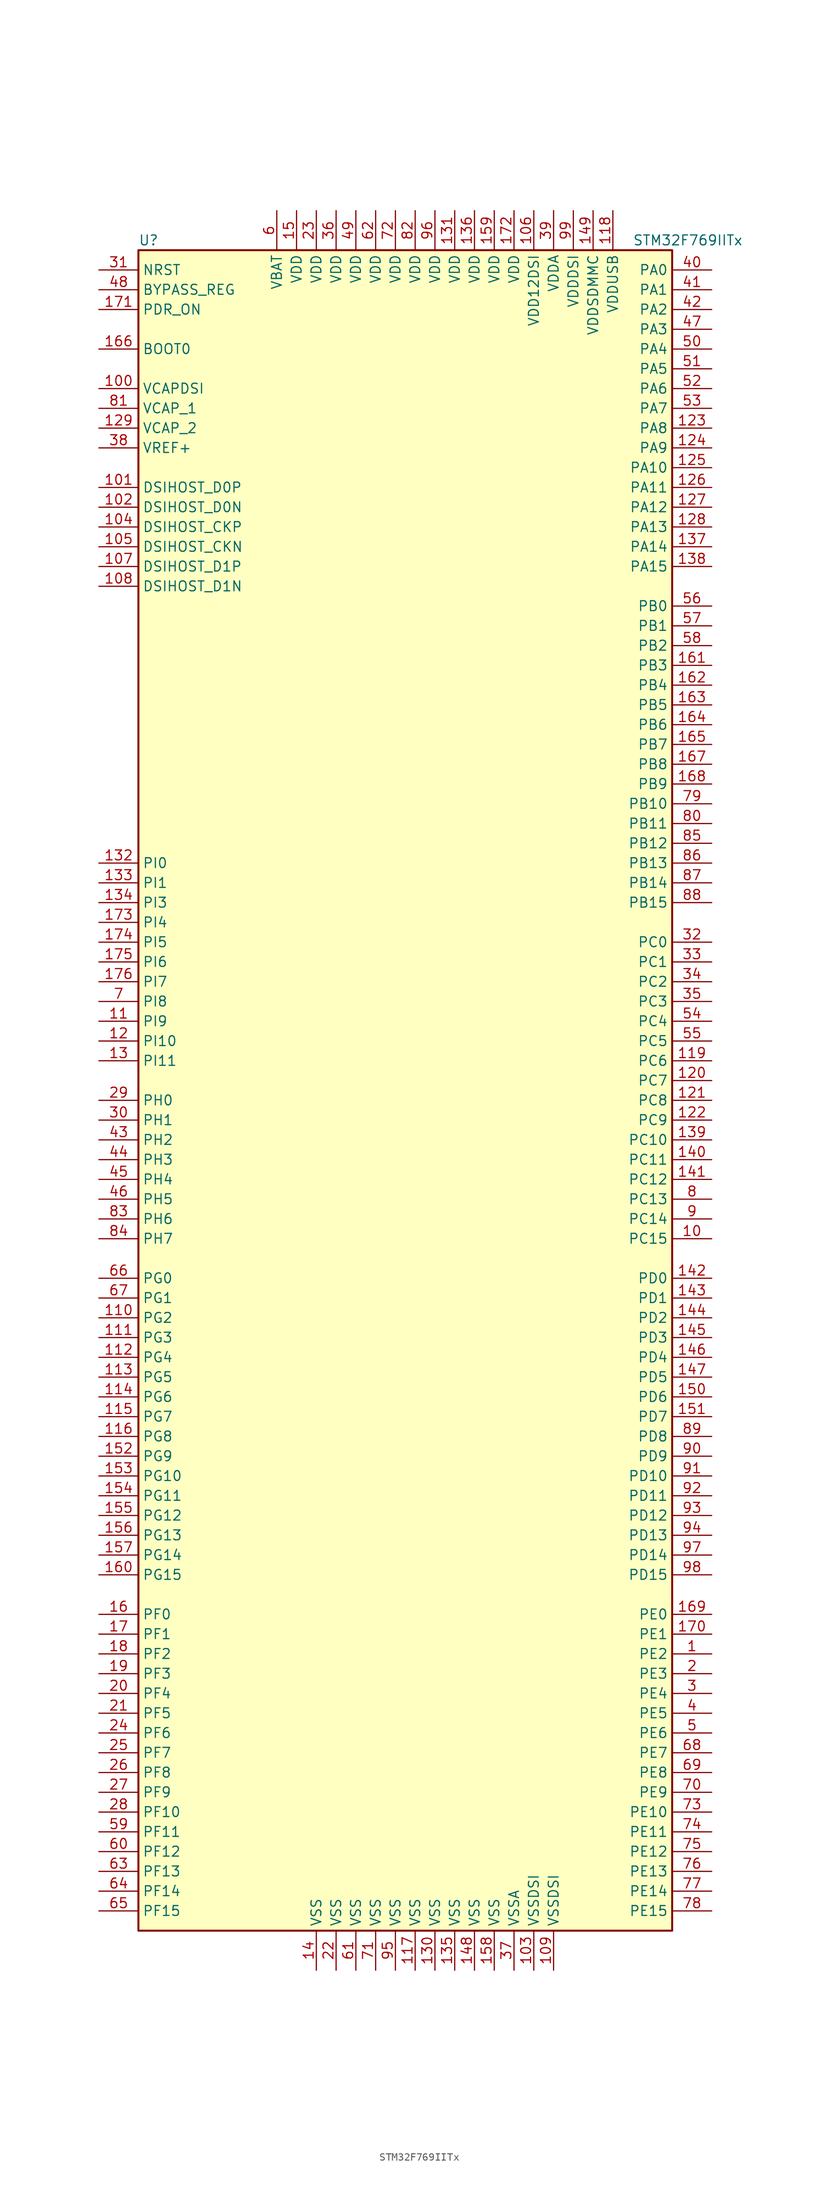
<source format=kicad_sym>
(kicad_symbol_lib
  (version 20211014)
  (generator kicad_symbol_editor)
  (symbol "STM32F769IITx"
    (property "Reference" "U"
      (at -35.56 107.95 0)
      (effects (font (size 1.27 1.27)) (justify left)))
    (property "Value" "STM32F769IITx"
      (at 27.94 107.95 0)
      (effects (font (size 1.27 1.27)) (justify left)))
    (symbol "STM32F769IITx_0_1"
      (rectangle (start -35.56 -109.22) (end 33.02 106.68) (stroke (width 0.254) (type default) (color 0 0 0 0)) (fill (type background))))
    (symbol "STM32F769IITx_1_1"
      (pin bidirectional line (at 38.1 -73.66 180) (length 5.08) (name "PE2" (effects (font (size 1.27 1.27)))) (number "1" (effects (font (size 1.27 1.27)))))
      (pin bidirectional line (at 38.1 -20.32 180) (length 5.08) (name "PC15" (effects (font (size 1.27 1.27)))) (number "10" (effects (font (size 1.27 1.27)))))
      (pin power_in line (at -40.64 88.9 0) (length 5.08) (name "VCAPDSI" (effects (font (size 1.27 1.27)))) (number "100" (effects (font (size 1.27 1.27)))))
      (pin bidirectional line (at -40.64 76.2 0) (length 5.08) (name "DSIHOST_D0P" (effects (font (size 1.27 1.27)))) (number "101" (effects (font (size 1.27 1.27)))))
      (pin bidirectional line (at -40.64 73.66 0) (length 5.08) (name "DSIHOST_D0N" (effects (font (size 1.27 1.27)))) (number "102" (effects (font (size 1.27 1.27)))))
      (pin power_in line (at 15.24 -114.3 90) (length 5.08) (name "VSSDSI" (effects (font (size 1.27 1.27)))) (number "103" (effects (font (size 1.27 1.27)))))
      (pin bidirectional line (at -40.64 71.12 0) (length 5.08) (name "DSIHOST_CKP" (effects (font (size 1.27 1.27)))) (number "104" (effects (font (size 1.27 1.27)))))
      (pin bidirectional line (at -40.64 68.58 0) (length 5.08) (name "DSIHOST_CKN" (effects (font (size 1.27 1.27)))) (number "105" (effects (font (size 1.27 1.27)))))
      (pin power_in line (at 15.24 111.76 270) (length 5.08) (name "VDD12DSI" (effects (font (size 1.27 1.27)))) (number "106" (effects (font (size 1.27 1.27)))))
      (pin bidirectional line (at -40.64 66.04 0) (length 5.08) (name "DSIHOST_D1P" (effects (font (size 1.27 1.27)))) (number "107" (effects (font (size 1.27 1.27)))))
      (pin bidirectional line (at -40.64 63.5 0) (length 5.08) (name "DSIHOST_D1N" (effects (font (size 1.27 1.27)))) (number "108" (effects (font (size 1.27 1.27)))))
      (pin power_in line (at 17.78 -114.3 90) (length 5.08) (name "VSSDSI" (effects (font (size 1.27 1.27)))) (number "109" (effects (font (size 1.27 1.27)))))
      (pin bidirectional line (at -40.64 7.62 0) (length 5.08) (name "PI9" (effects (font (size 1.27 1.27)))) (number "11" (effects (font (size 1.27 1.27)))))
      (pin bidirectional line (at -40.64 -30.48 0) (length 5.08) (name "PG2" (effects (font (size 1.27 1.27)))) (number "110" (effects (font (size 1.27 1.27)))))
      (pin bidirectional line (at -40.64 -33.02 0) (length 5.08) (name "PG3" (effects (font (size 1.27 1.27)))) (number "111" (effects (font (size 1.27 1.27)))))
      (pin bidirectional line (at -40.64 -35.56 0) (length 5.08) (name "PG4" (effects (font (size 1.27 1.27)))) (number "112" (effects (font (size 1.27 1.27)))))
      (pin bidirectional line (at -40.64 -38.1 0) (length 5.08) (name "PG5" (effects (font (size 1.27 1.27)))) (number "113" (effects (font (size 1.27 1.27)))))
      (pin bidirectional line (at -40.64 -40.64 0) (length 5.08) (name "PG6" (effects (font (size 1.27 1.27)))) (number "114" (effects (font (size 1.27 1.27)))))
      (pin bidirectional line (at -40.64 -43.18 0) (length 5.08) (name "PG7" (effects (font (size 1.27 1.27)))) (number "115" (effects (font (size 1.27 1.27)))))
      (pin bidirectional line (at -40.64 -45.72 0) (length 5.08) (name "PG8" (effects (font (size 1.27 1.27)))) (number "116" (effects (font (size 1.27 1.27)))))
      (pin power_in line (at 0 -114.3 90) (length 5.08) (name "VSS" (effects (font (size 1.27 1.27)))) (number "117" (effects (font (size 1.27 1.27)))))
      (pin power_in line (at 25.4 111.76 270) (length 5.08) (name "VDDUSB" (effects (font (size 1.27 1.27)))) (number "118" (effects (font (size 1.27 1.27)))))
      (pin bidirectional line (at 38.1 2.54 180) (length 5.08) (name "PC6" (effects (font (size 1.27 1.27)))) (number "119" (effects (font (size 1.27 1.27)))))
      (pin bidirectional line (at -40.64 5.08 0) (length 5.08) (name "PI10" (effects (font (size 1.27 1.27)))) (number "12" (effects (font (size 1.27 1.27)))))
      (pin bidirectional line (at 38.1 0 180) (length 5.08) (name "PC7" (effects (font (size 1.27 1.27)))) (number "120" (effects (font (size 1.27 1.27)))))
      (pin bidirectional line (at 38.1 -2.54 180) (length 5.08) (name "PC8" (effects (font (size 1.27 1.27)))) (number "121" (effects (font (size 1.27 1.27)))))
      (pin bidirectional line (at 38.1 -5.08 180) (length 5.08) (name "PC9" (effects (font (size 1.27 1.27)))) (number "122" (effects (font (size 1.27 1.27)))))
      (pin bidirectional line (at 38.1 83.82 180) (length 5.08) (name "PA8" (effects (font (size 1.27 1.27)))) (number "123" (effects (font (size 1.27 1.27)))))
      (pin bidirectional line (at 38.1 81.28 180) (length 5.08) (name "PA9" (effects (font (size 1.27 1.27)))) (number "124" (effects (font (size 1.27 1.27)))))
      (pin bidirectional line (at 38.1 78.74 180) (length 5.08) (name "PA10" (effects (font (size 1.27 1.27)))) (number "125" (effects (font (size 1.27 1.27)))))
      (pin bidirectional line (at 38.1 76.2 180) (length 5.08) (name "PA11" (effects (font (size 1.27 1.27)))) (number "126" (effects (font (size 1.27 1.27)))))
      (pin bidirectional line (at 38.1 73.66 180) (length 5.08) (name "PA12" (effects (font (size 1.27 1.27)))) (number "127" (effects (font (size 1.27 1.27)))))
      (pin bidirectional line (at 38.1 71.12 180) (length 5.08) (name "PA13" (effects (font (size 1.27 1.27)))) (number "128" (effects (font (size 1.27 1.27)))))
      (pin power_in line (at -40.64 83.82 0) (length 5.08) (name "VCAP_2" (effects (font (size 1.27 1.27)))) (number "129" (effects (font (size 1.27 1.27)))))
      (pin bidirectional line (at -40.64 2.54 0) (length 5.08) (name "PI11" (effects (font (size 1.27 1.27)))) (number "13" (effects (font (size 1.27 1.27)))))
      (pin power_in line (at 2.54 -114.3 90) (length 5.08) (name "VSS" (effects (font (size 1.27 1.27)))) (number "130" (effects (font (size 1.27 1.27)))))
      (pin power_in line (at 5.08 111.76 270) (length 5.08) (name "VDD" (effects (font (size 1.27 1.27)))) (number "131" (effects (font (size 1.27 1.27)))))
      (pin bidirectional line (at -40.64 27.94 0) (length 5.08) (name "PI0" (effects (font (size 1.27 1.27)))) (number "132" (effects (font (size 1.27 1.27)))))
      (pin bidirectional line (at -40.64 25.4 0) (length 5.08) (name "PI1" (effects (font (size 1.27 1.27)))) (number "133" (effects (font (size 1.27 1.27)))))
      (pin bidirectional line (at -40.64 22.86 0) (length 5.08) (name "PI3" (effects (font (size 1.27 1.27)))) (number "134" (effects (font (size 1.27 1.27)))))
      (pin power_in line (at 5.08 -114.3 90) (length 5.08) (name "VSS" (effects (font (size 1.27 1.27)))) (number "135" (effects (font (size 1.27 1.27)))))
      (pin power_in line (at 7.62 111.76 270) (length 5.08) (name "VDD" (effects (font (size 1.27 1.27)))) (number "136" (effects (font (size 1.27 1.27)))))
      (pin bidirectional line (at 38.1 68.58 180) (length 5.08) (name "PA14" (effects (font (size 1.27 1.27)))) (number "137" (effects (font (size 1.27 1.27)))))
      (pin bidirectional line (at 38.1 66.04 180) (length 5.08) (name "PA15" (effects (font (size 1.27 1.27)))) (number "138" (effects (font (size 1.27 1.27)))))
      (pin bidirectional line (at 38.1 -7.62 180) (length 5.08) (name "PC10" (effects (font (size 1.27 1.27)))) (number "139" (effects (font (size 1.27 1.27)))))
      (pin power_in line (at -12.7 -114.3 90) (length 5.08) (name "VSS" (effects (font (size 1.27 1.27)))) (number "14" (effects (font (size 1.27 1.27)))))
      (pin bidirectional line (at 38.1 -10.16 180) (length 5.08) (name "PC11" (effects (font (size 1.27 1.27)))) (number "140" (effects (font (size 1.27 1.27)))))
      (pin bidirectional line (at 38.1 -12.7 180) (length 5.08) (name "PC12" (effects (font (size 1.27 1.27)))) (number "141" (effects (font (size 1.27 1.27)))))
      (pin bidirectional line (at 38.1 -25.4 180) (length 5.08) (name "PD0" (effects (font (size 1.27 1.27)))) (number "142" (effects (font (size 1.27 1.27)))))
      (pin bidirectional line (at 38.1 -27.94 180) (length 5.08) (name "PD1" (effects (font (size 1.27 1.27)))) (number "143" (effects (font (size 1.27 1.27)))))
      (pin bidirectional line (at 38.1 -30.48 180) (length 5.08) (name "PD2" (effects (font (size 1.27 1.27)))) (number "144" (effects (font (size 1.27 1.27)))))
      (pin bidirectional line (at 38.1 -33.02 180) (length 5.08) (name "PD3" (effects (font (size 1.27 1.27)))) (number "145" (effects (font (size 1.27 1.27)))))
      (pin bidirectional line (at 38.1 -35.56 180) (length 5.08) (name "PD4" (effects (font (size 1.27 1.27)))) (number "146" (effects (font (size 1.27 1.27)))))
      (pin bidirectional line (at 38.1 -38.1 180) (length 5.08) (name "PD5" (effects (font (size 1.27 1.27)))) (number "147" (effects (font (size 1.27 1.27)))))
      (pin power_in line (at 7.62 -114.3 90) (length 5.08) (name "VSS" (effects (font (size 1.27 1.27)))) (number "148" (effects (font (size 1.27 1.27)))))
      (pin power_in line (at 22.86 111.76 270) (length 5.08) (name "VDDSDMMC" (effects (font (size 1.27 1.27)))) (number "149" (effects (font (size 1.27 1.27)))))
      (pin power_in line (at -15.24 111.76 270) (length 5.08) (name "VDD" (effects (font (size 1.27 1.27)))) (number "15" (effects (font (size 1.27 1.27)))))
      (pin bidirectional line (at 38.1 -40.64 180) (length 5.08) (name "PD6" (effects (font (size 1.27 1.27)))) (number "150" (effects (font (size 1.27 1.27)))))
      (pin bidirectional line (at 38.1 -43.18 180) (length 5.08) (name "PD7" (effects (font (size 1.27 1.27)))) (number "151" (effects (font (size 1.27 1.27)))))
      (pin bidirectional line (at -40.64 -48.26 0) (length 5.08) (name "PG9" (effects (font (size 1.27 1.27)))) (number "152" (effects (font (size 1.27 1.27)))))
      (pin bidirectional line (at -40.64 -50.8 0) (length 5.08) (name "PG10" (effects (font (size 1.27 1.27)))) (number "153" (effects (font (size 1.27 1.27)))))
      (pin bidirectional line (at -40.64 -53.34 0) (length 5.08) (name "PG11" (effects (font (size 1.27 1.27)))) (number "154" (effects (font (size 1.27 1.27)))))
      (pin bidirectional line (at -40.64 -55.88 0) (length 5.08) (name "PG12" (effects (font (size 1.27 1.27)))) (number "155" (effects (font (size 1.27 1.27)))))
      (pin bidirectional line (at -40.64 -58.42 0) (length 5.08) (name "PG13" (effects (font (size 1.27 1.27)))) (number "156" (effects (font (size 1.27 1.27)))))
      (pin bidirectional line (at -40.64 -60.96 0) (length 5.08) (name "PG14" (effects (font (size 1.27 1.27)))) (number "157" (effects (font (size 1.27 1.27)))))
      (pin power_in line (at 10.16 -114.3 90) (length 5.08) (name "VSS" (effects (font (size 1.27 1.27)))) (number "158" (effects (font (size 1.27 1.27)))))
      (pin power_in line (at 10.16 111.76 270) (length 5.08) (name "VDD" (effects (font (size 1.27 1.27)))) (number "159" (effects (font (size 1.27 1.27)))))
      (pin bidirectional line (at -40.64 -68.58 0) (length 5.08) (name "PF0" (effects (font (size 1.27 1.27)))) (number "16" (effects (font (size 1.27 1.27)))))
      (pin bidirectional line (at -40.64 -63.5 0) (length 5.08) (name "PG15" (effects (font (size 1.27 1.27)))) (number "160" (effects (font (size 1.27 1.27)))))
      (pin bidirectional line (at 38.1 53.34 180) (length 5.08) (name "PB3" (effects (font (size 1.27 1.27)))) (number "161" (effects (font (size 1.27 1.27)))))
      (pin bidirectional line (at 38.1 50.8 180) (length 5.08) (name "PB4" (effects (font (size 1.27 1.27)))) (number "162" (effects (font (size 1.27 1.27)))))
      (pin bidirectional line (at 38.1 48.26 180) (length 5.08) (name "PB5" (effects (font (size 1.27 1.27)))) (number "163" (effects (font (size 1.27 1.27)))))
      (pin bidirectional line (at 38.1 45.72 180) (length 5.08) (name "PB6" (effects (font (size 1.27 1.27)))) (number "164" (effects (font (size 1.27 1.27)))))
      (pin bidirectional line (at 38.1 43.18 180) (length 5.08) (name "PB7" (effects (font (size 1.27 1.27)))) (number "165" (effects (font (size 1.27 1.27)))))
      (pin input line (at -40.64 93.98 0) (length 5.08) (name "BOOT0" (effects (font (size 1.27 1.27)))) (number "166" (effects (font (size 1.27 1.27)))))
      (pin bidirectional line (at 38.1 40.64 180) (length 5.08) (name "PB8" (effects (font (size 1.27 1.27)))) (number "167" (effects (font (size 1.27 1.27)))))
      (pin bidirectional line (at 38.1 38.1 180) (length 5.08) (name "PB9" (effects (font (size 1.27 1.27)))) (number "168" (effects (font (size 1.27 1.27)))))
      (pin bidirectional line (at 38.1 -68.58 180) (length 5.08) (name "PE0" (effects (font (size 1.27 1.27)))) (number "169" (effects (font (size 1.27 1.27)))))
      (pin bidirectional line (at -40.64 -71.12 0) (length 5.08) (name "PF1" (effects (font (size 1.27 1.27)))) (number "17" (effects (font (size 1.27 1.27)))))
      (pin bidirectional line (at 38.1 -71.12 180) (length 5.08) (name "PE1" (effects (font (size 1.27 1.27)))) (number "170" (effects (font (size 1.27 1.27)))))
      (pin input line (at -40.64 99.06 0) (length 5.08) (name "PDR_ON" (effects (font (size 1.27 1.27)))) (number "171" (effects (font (size 1.27 1.27)))))
      (pin power_in line (at 12.7 111.76 270) (length 5.08) (name "VDD" (effects (font (size 1.27 1.27)))) (number "172" (effects (font (size 1.27 1.27)))))
      (pin bidirectional line (at -40.64 20.32 0) (length 5.08) (name "PI4" (effects (font (size 1.27 1.27)))) (number "173" (effects (font (size 1.27 1.27)))))
      (pin bidirectional line (at -40.64 17.78 0) (length 5.08) (name "PI5" (effects (font (size 1.27 1.27)))) (number "174" (effects (font (size 1.27 1.27)))))
      (pin bidirectional line (at -40.64 15.24 0) (length 5.08) (name "PI6" (effects (font (size 1.27 1.27)))) (number "175" (effects (font (size 1.27 1.27)))))
      (pin bidirectional line (at -40.64 12.7 0) (length 5.08) (name "PI7" (effects (font (size 1.27 1.27)))) (number "176" (effects (font (size 1.27 1.27)))))
      (pin bidirectional line (at -40.64 -73.66 0) (length 5.08) (name "PF2" (effects (font (size 1.27 1.27)))) (number "18" (effects (font (size 1.27 1.27)))))
      (pin bidirectional line (at -40.64 -76.2 0) (length 5.08) (name "PF3" (effects (font (size 1.27 1.27)))) (number "19" (effects (font (size 1.27 1.27)))))
      (pin bidirectional line (at 38.1 -76.2 180) (length 5.08) (name "PE3" (effects (font (size 1.27 1.27)))) (number "2" (effects (font (size 1.27 1.27)))))
      (pin bidirectional line (at -40.64 -78.74 0) (length 5.08) (name "PF4" (effects (font (size 1.27 1.27)))) (number "20" (effects (font (size 1.27 1.27)))))
      (pin bidirectional line (at -40.64 -81.28 0) (length 5.08) (name "PF5" (effects (font (size 1.27 1.27)))) (number "21" (effects (font (size 1.27 1.27)))))
      (pin power_in line (at -10.16 -114.3 90) (length 5.08) (name "VSS" (effects (font (size 1.27 1.27)))) (number "22" (effects (font (size 1.27 1.27)))))
      (pin power_in line (at -12.7 111.76 270) (length 5.08) (name "VDD" (effects (font (size 1.27 1.27)))) (number "23" (effects (font (size 1.27 1.27)))))
      (pin bidirectional line (at -40.64 -83.82 0) (length 5.08) (name "PF6" (effects (font (size 1.27 1.27)))) (number "24" (effects (font (size 1.27 1.27)))))
      (pin bidirectional line (at -40.64 -86.36 0) (length 5.08) (name "PF7" (effects (font (size 1.27 1.27)))) (number "25" (effects (font (size 1.27 1.27)))))
      (pin bidirectional line (at -40.64 -88.9 0) (length 5.08) (name "PF8" (effects (font (size 1.27 1.27)))) (number "26" (effects (font (size 1.27 1.27)))))
      (pin bidirectional line (at -40.64 -91.44 0) (length 5.08) (name "PF9" (effects (font (size 1.27 1.27)))) (number "27" (effects (font (size 1.27 1.27)))))
      (pin bidirectional line (at -40.64 -93.98 0) (length 5.08) (name "PF10" (effects (font (size 1.27 1.27)))) (number "28" (effects (font (size 1.27 1.27)))))
      (pin input line (at -40.64 -2.54 0) (length 5.08) (name "PH0" (effects (font (size 1.27 1.27)))) (number "29" (effects (font (size 1.27 1.27)))))
      (pin bidirectional line (at 38.1 -78.74 180) (length 5.08) (name "PE4" (effects (font (size 1.27 1.27)))) (number "3" (effects (font (size 1.27 1.27)))))
      (pin input line (at -40.64 -5.08 0) (length 5.08) (name "PH1" (effects (font (size 1.27 1.27)))) (number "30" (effects (font (size 1.27 1.27)))))
      (pin input line (at -40.64 104.14 0) (length 5.08) (name "NRST" (effects (font (size 1.27 1.27)))) (number "31" (effects (font (size 1.27 1.27)))))
      (pin bidirectional line (at 38.1 17.78 180) (length 5.08) (name "PC0" (effects (font (size 1.27 1.27)))) (number "32" (effects (font (size 1.27 1.27)))))
      (pin bidirectional line (at 38.1 15.24 180) (length 5.08) (name "PC1" (effects (font (size 1.27 1.27)))) (number "33" (effects (font (size 1.27 1.27)))))
      (pin bidirectional line (at 38.1 12.7 180) (length 5.08) (name "PC2" (effects (font (size 1.27 1.27)))) (number "34" (effects (font (size 1.27 1.27)))))
      (pin bidirectional line (at 38.1 10.16 180) (length 5.08) (name "PC3" (effects (font (size 1.27 1.27)))) (number "35" (effects (font (size 1.27 1.27)))))
      (pin power_in line (at -10.16 111.76 270) (length 5.08) (name "VDD" (effects (font (size 1.27 1.27)))) (number "36" (effects (font (size 1.27 1.27)))))
      (pin power_in line (at 12.7 -114.3 90) (length 5.08) (name "VSSA" (effects (font (size 1.27 1.27)))) (number "37" (effects (font (size 1.27 1.27)))))
      (pin power_in line (at -40.64 81.28 0) (length 5.08) (name "VREF+" (effects (font (size 1.27 1.27)))) (number "38" (effects (font (size 1.27 1.27)))))
      (pin power_in line (at 17.78 111.76 270) (length 5.08) (name "VDDA" (effects (font (size 1.27 1.27)))) (number "39" (effects (font (size 1.27 1.27)))))
      (pin bidirectional line (at 38.1 -81.28 180) (length 5.08) (name "PE5" (effects (font (size 1.27 1.27)))) (number "4" (effects (font (size 1.27 1.27)))))
      (pin bidirectional line (at 38.1 104.14 180) (length 5.08) (name "PA0" (effects (font (size 1.27 1.27)))) (number "40" (effects (font (size 1.27 1.27)))))
      (pin bidirectional line (at 38.1 101.6 180) (length 5.08) (name "PA1" (effects (font (size 1.27 1.27)))) (number "41" (effects (font (size 1.27 1.27)))))
      (pin bidirectional line (at 38.1 99.06 180) (length 5.08) (name "PA2" (effects (font (size 1.27 1.27)))) (number "42" (effects (font (size 1.27 1.27)))))
      (pin bidirectional line (at -40.64 -7.62 0) (length 5.08) (name "PH2" (effects (font (size 1.27 1.27)))) (number "43" (effects (font (size 1.27 1.27)))))
      (pin bidirectional line (at -40.64 -10.16 0) (length 5.08) (name "PH3" (effects (font (size 1.27 1.27)))) (number "44" (effects (font (size 1.27 1.27)))))
      (pin bidirectional line (at -40.64 -12.7 0) (length 5.08) (name "PH4" (effects (font (size 1.27 1.27)))) (number "45" (effects (font (size 1.27 1.27)))))
      (pin bidirectional line (at -40.64 -15.24 0) (length 5.08) (name "PH5" (effects (font (size 1.27 1.27)))) (number "46" (effects (font (size 1.27 1.27)))))
      (pin bidirectional line (at 38.1 96.52 180) (length 5.08) (name "PA3" (effects (font (size 1.27 1.27)))) (number "47" (effects (font (size 1.27 1.27)))))
      (pin input line (at -40.64 101.6 0) (length 5.08) (name "BYPASS_REG" (effects (font (size 1.27 1.27)))) (number "48" (effects (font (size 1.27 1.27)))))
      (pin power_in line (at -7.62 111.76 270) (length 5.08) (name "VDD" (effects (font (size 1.27 1.27)))) (number "49" (effects (font (size 1.27 1.27)))))
      (pin bidirectional line (at 38.1 -83.82 180) (length 5.08) (name "PE6" (effects (font (size 1.27 1.27)))) (number "5" (effects (font (size 1.27 1.27)))))
      (pin bidirectional line (at 38.1 93.98 180) (length 5.08) (name "PA4" (effects (font (size 1.27 1.27)))) (number "50" (effects (font (size 1.27 1.27)))))
      (pin bidirectional line (at 38.1 91.44 180) (length 5.08) (name "PA5" (effects (font (size 1.27 1.27)))) (number "51" (effects (font (size 1.27 1.27)))))
      (pin bidirectional line (at 38.1 88.9 180) (length 5.08) (name "PA6" (effects (font (size 1.27 1.27)))) (number "52" (effects (font (size 1.27 1.27)))))
      (pin bidirectional line (at 38.1 86.36 180) (length 5.08) (name "PA7" (effects (font (size 1.27 1.27)))) (number "53" (effects (font (size 1.27 1.27)))))
      (pin bidirectional line (at 38.1 7.62 180) (length 5.08) (name "PC4" (effects (font (size 1.27 1.27)))) (number "54" (effects (font (size 1.27 1.27)))))
      (pin bidirectional line (at 38.1 5.08 180) (length 5.08) (name "PC5" (effects (font (size 1.27 1.27)))) (number "55" (effects (font (size 1.27 1.27)))))
      (pin bidirectional line (at 38.1 60.96 180) (length 5.08) (name "PB0" (effects (font (size 1.27 1.27)))) (number "56" (effects (font (size 1.27 1.27)))))
      (pin bidirectional line (at 38.1 58.42 180) (length 5.08) (name "PB1" (effects (font (size 1.27 1.27)))) (number "57" (effects (font (size 1.27 1.27)))))
      (pin bidirectional line (at 38.1 55.88 180) (length 5.08) (name "PB2" (effects (font (size 1.27 1.27)))) (number "58" (effects (font (size 1.27 1.27)))))
      (pin bidirectional line (at -40.64 -96.52 0) (length 5.08) (name "PF11" (effects (font (size 1.27 1.27)))) (number "59" (effects (font (size 1.27 1.27)))))
      (pin power_in line (at -17.78 111.76 270) (length 5.08) (name "VBAT" (effects (font (size 1.27 1.27)))) (number "6" (effects (font (size 1.27 1.27)))))
      (pin bidirectional line (at -40.64 -99.06 0) (length 5.08) (name "PF12" (effects (font (size 1.27 1.27)))) (number "60" (effects (font (size 1.27 1.27)))))
      (pin power_in line (at -7.62 -114.3 90) (length 5.08) (name "VSS" (effects (font (size 1.27 1.27)))) (number "61" (effects (font (size 1.27 1.27)))))
      (pin power_in line (at -5.08 111.76 270) (length 5.08) (name "VDD" (effects (font (size 1.27 1.27)))) (number "62" (effects (font (size 1.27 1.27)))))
      (pin bidirectional line (at -40.64 -101.6 0) (length 5.08) (name "PF13" (effects (font (size 1.27 1.27)))) (number "63" (effects (font (size 1.27 1.27)))))
      (pin bidirectional line (at -40.64 -104.14 0) (length 5.08) (name "PF14" (effects (font (size 1.27 1.27)))) (number "64" (effects (font (size 1.27 1.27)))))
      (pin bidirectional line (at -40.64 -106.68 0) (length 5.08) (name "PF15" (effects (font (size 1.27 1.27)))) (number "65" (effects (font (size 1.27 1.27)))))
      (pin bidirectional line (at -40.64 -25.4 0) (length 5.08) (name "PG0" (effects (font (size 1.27 1.27)))) (number "66" (effects (font (size 1.27 1.27)))))
      (pin bidirectional line (at -40.64 -27.94 0) (length 5.08) (name "PG1" (effects (font (size 1.27 1.27)))) (number "67" (effects (font (size 1.27 1.27)))))
      (pin bidirectional line (at 38.1 -86.36 180) (length 5.08) (name "PE7" (effects (font (size 1.27 1.27)))) (number "68" (effects (font (size 1.27 1.27)))))
      (pin bidirectional line (at 38.1 -88.9 180) (length 5.08) (name "PE8" (effects (font (size 1.27 1.27)))) (number "69" (effects (font (size 1.27 1.27)))))
      (pin bidirectional line (at -40.64 10.16 0) (length 5.08) (name "PI8" (effects (font (size 1.27 1.27)))) (number "7" (effects (font (size 1.27 1.27)))))
      (pin bidirectional line (at 38.1 -91.44 180) (length 5.08) (name "PE9" (effects (font (size 1.27 1.27)))) (number "70" (effects (font (size 1.27 1.27)))))
      (pin power_in line (at -5.08 -114.3 90) (length 5.08) (name "VSS" (effects (font (size 1.27 1.27)))) (number "71" (effects (font (size 1.27 1.27)))))
      (pin power_in line (at -2.54 111.76 270) (length 5.08) (name "VDD" (effects (font (size 1.27 1.27)))) (number "72" (effects (font (size 1.27 1.27)))))
      (pin bidirectional line (at 38.1 -93.98 180) (length 5.08) (name "PE10" (effects (font (size 1.27 1.27)))) (number "73" (effects (font (size 1.27 1.27)))))
      (pin bidirectional line (at 38.1 -96.52 180) (length 5.08) (name "PE11" (effects (font (size 1.27 1.27)))) (number "74" (effects (font (size 1.27 1.27)))))
      (pin bidirectional line (at 38.1 -99.06 180) (length 5.08) (name "PE12" (effects (font (size 1.27 1.27)))) (number "75" (effects (font (size 1.27 1.27)))))
      (pin bidirectional line (at 38.1 -101.6 180) (length 5.08) (name "PE13" (effects (font (size 1.27 1.27)))) (number "76" (effects (font (size 1.27 1.27)))))
      (pin bidirectional line (at 38.1 -104.14 180) (length 5.08) (name "PE14" (effects (font (size 1.27 1.27)))) (number "77" (effects (font (size 1.27 1.27)))))
      (pin bidirectional line (at 38.1 -106.68 180) (length 5.08) (name "PE15" (effects (font (size 1.27 1.27)))) (number "78" (effects (font (size 1.27 1.27)))))
      (pin bidirectional line (at 38.1 35.56 180) (length 5.08) (name "PB10" (effects (font (size 1.27 1.27)))) (number "79" (effects (font (size 1.27 1.27)))))
      (pin bidirectional line (at 38.1 -15.24 180) (length 5.08) (name "PC13" (effects (font (size 1.27 1.27)))) (number "8" (effects (font (size 1.27 1.27)))))
      (pin bidirectional line (at 38.1 33.02 180) (length 5.08) (name "PB11" (effects (font (size 1.27 1.27)))) (number "80" (effects (font (size 1.27 1.27)))))
      (pin power_in line (at -40.64 86.36 0) (length 5.08) (name "VCAP_1" (effects (font (size 1.27 1.27)))) (number "81" (effects (font (size 1.27 1.27)))))
      (pin power_in line (at 0 111.76 270) (length 5.08) (name "VDD" (effects (font (size 1.27 1.27)))) (number "82" (effects (font (size 1.27 1.27)))))
      (pin bidirectional line (at -40.64 -17.78 0) (length 5.08) (name "PH6" (effects (font (size 1.27 1.27)))) (number "83" (effects (font (size 1.27 1.27)))))
      (pin bidirectional line (at -40.64 -20.32 0) (length 5.08) (name "PH7" (effects (font (size 1.27 1.27)))) (number "84" (effects (font (size 1.27 1.27)))))
      (pin bidirectional line (at 38.1 30.48 180) (length 5.08) (name "PB12" (effects (font (size 1.27 1.27)))) (number "85" (effects (font (size 1.27 1.27)))))
      (pin bidirectional line (at 38.1 27.94 180) (length 5.08) (name "PB13" (effects (font (size 1.27 1.27)))) (number "86" (effects (font (size 1.27 1.27)))))
      (pin bidirectional line (at 38.1 25.4 180) (length 5.08) (name "PB14" (effects (font (size 1.27 1.27)))) (number "87" (effects (font (size 1.27 1.27)))))
      (pin bidirectional line (at 38.1 22.86 180) (length 5.08) (name "PB15" (effects (font (size 1.27 1.27)))) (number "88" (effects (font (size 1.27 1.27)))))
      (pin bidirectional line (at 38.1 -45.72 180) (length 5.08) (name "PD8" (effects (font (size 1.27 1.27)))) (number "89" (effects (font (size 1.27 1.27)))))
      (pin bidirectional line (at 38.1 -17.78 180) (length 5.08) (name "PC14" (effects (font (size 1.27 1.27)))) (number "9" (effects (font (size 1.27 1.27)))))
      (pin bidirectional line (at 38.1 -48.26 180) (length 5.08) (name "PD9" (effects (font (size 1.27 1.27)))) (number "90" (effects (font (size 1.27 1.27)))))
      (pin bidirectional line (at 38.1 -50.8 180) (length 5.08) (name "PD10" (effects (font (size 1.27 1.27)))) (number "91" (effects (font (size 1.27 1.27)))))
      (pin bidirectional line (at 38.1 -53.34 180) (length 5.08) (name "PD11" (effects (font (size 1.27 1.27)))) (number "92" (effects (font (size 1.27 1.27)))))
      (pin bidirectional line (at 38.1 -55.88 180) (length 5.08) (name "PD12" (effects (font (size 1.27 1.27)))) (number "93" (effects (font (size 1.27 1.27)))))
      (pin bidirectional line (at 38.1 -58.42 180) (length 5.08) (name "PD13" (effects (font (size 1.27 1.27)))) (number "94" (effects (font (size 1.27 1.27)))))
      (pin power_in line (at -2.54 -114.3 90) (length 5.08) (name "VSS" (effects (font (size 1.27 1.27)))) (number "95" (effects (font (size 1.27 1.27)))))
      (pin power_in line (at 2.54 111.76 270) (length 5.08) (name "VDD" (effects (font (size 1.27 1.27)))) (number "96" (effects (font (size 1.27 1.27)))))
      (pin bidirectional line (at 38.1 -60.96 180) (length 5.08) (name "PD14" (effects (font (size 1.27 1.27)))) (number "97" (effects (font (size 1.27 1.27)))))
      (pin bidirectional line (at 38.1 -63.5 180) (length 5.08) (name "PD15" (effects (font (size 1.27 1.27)))) (number "98" (effects (font (size 1.27 1.27)))))
      (pin power_in line (at 20.32 111.76 270) (length 5.08) (name "VDDDSI" (effects (font (size 1.27 1.27)))) (number "99" (effects (font (size 1.27 1.27))))))))
</source>
